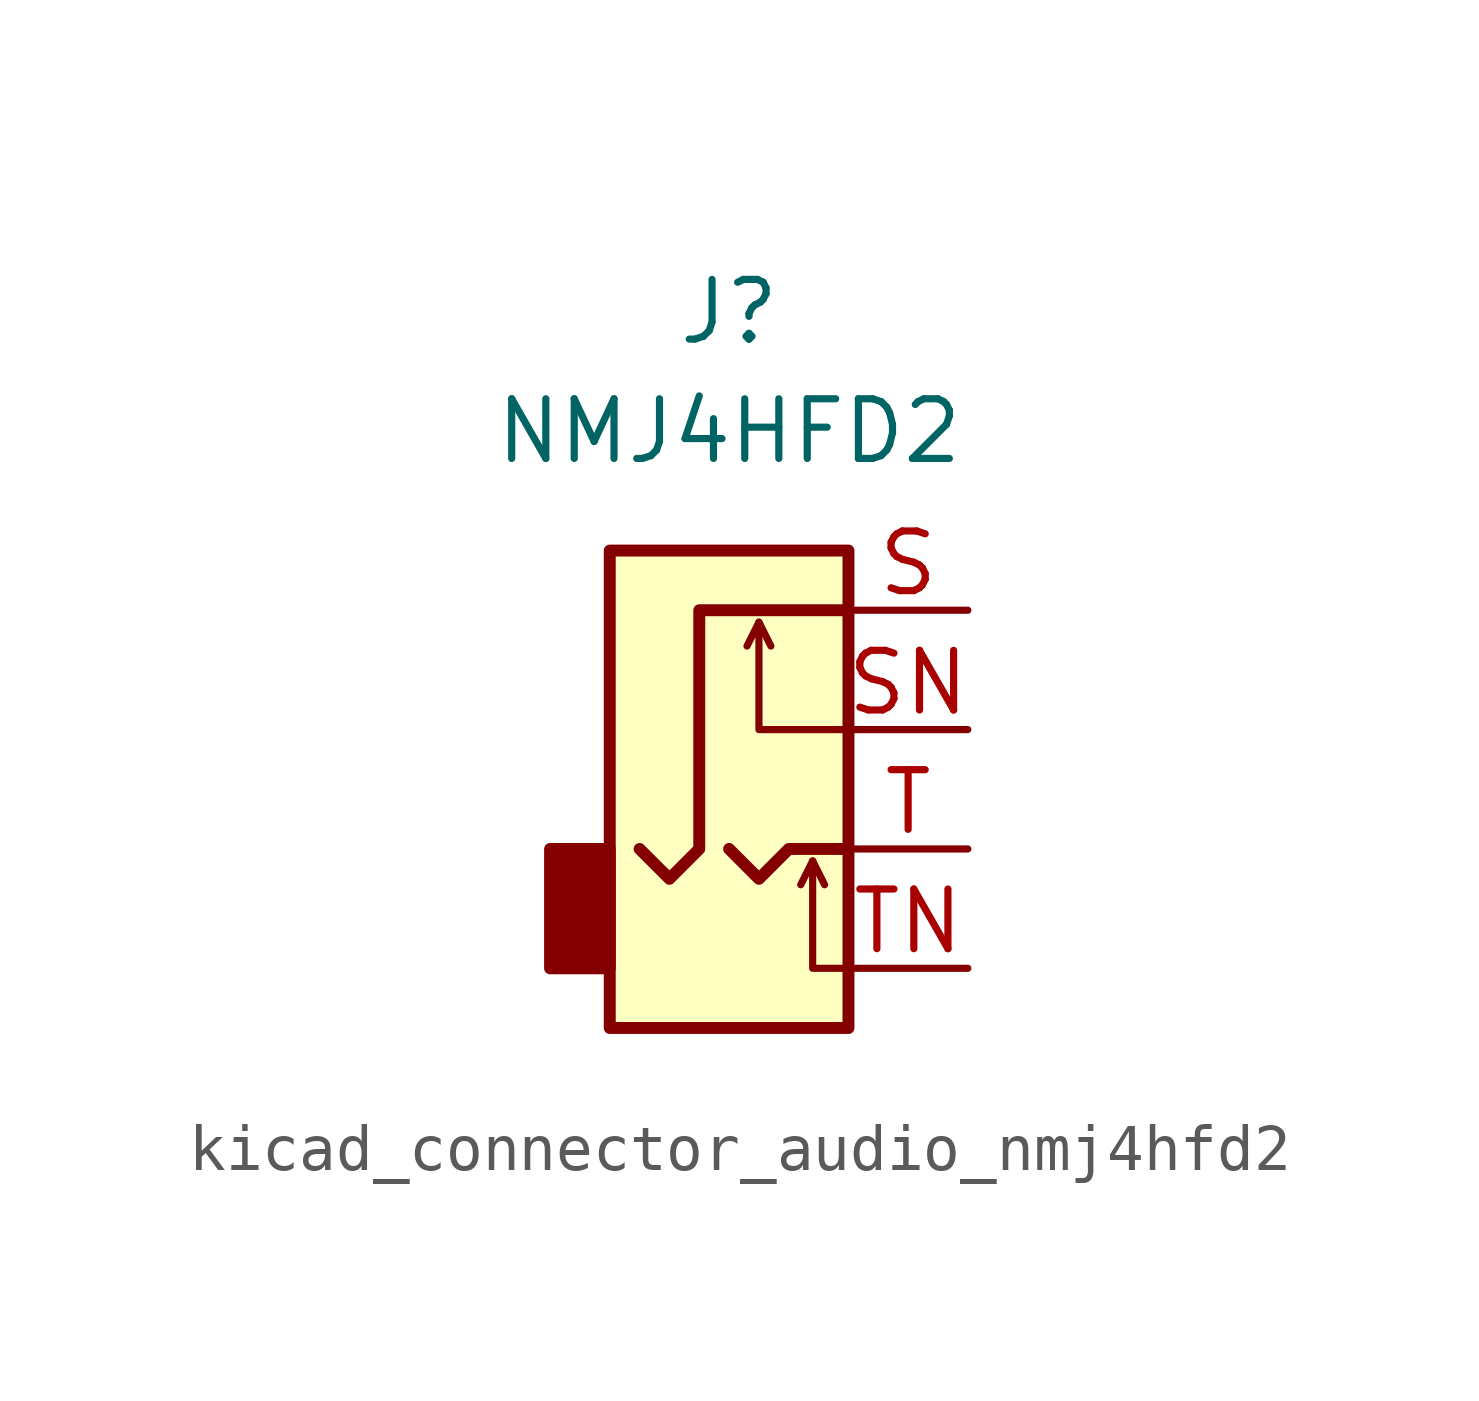
<source format=kicad_sym>
(kicad_symbol_lib
  (version 20220914)
  (generator kicad_symbol_editor)
  (symbol "kicad_connector_audio_nmj4hfd2"
    (property "Reference" "J"
      (at 0 11.43 0)
      (effects (font (size 1.27 1.27))))
    (property "Value" "NMJ4HFD2"
      (at 0 8.89 0)
      (effects (font (size 1.27 1.27))))
    (symbol "kicad_connector_audio_nmj4hfd2_0_1"
      (rectangle (start -2.54 0) (end -3.81 -2.54) (stroke (width 0.254) (type default)) (fill (type outline)))
      (rectangle (start 2.54 6.35) (end -2.54 -3.81) (stroke (width 0.254) (type default)) (fill (type background))))
    (symbol "kicad_connector_audio_nmj4hfd2_1_1"
      (polyline (pts (xy 0.635 4.826) (xy 0.889 4.318)) (stroke (width 0) (type default)) (fill (type none)))
      (polyline (pts (xy 1.778 -0.254) (xy 2.032 -0.762)) (stroke (width 0) (type default)) (fill (type none)))
      (polyline (pts (xy 0 0) (xy 0.635 -0.635) (xy 1.27 0) (xy 2.54 0)) (stroke (width 0.254) (type default)) (fill (type none)))
      (polyline (pts (xy 2.54 -2.54) (xy 1.778 -2.54) (xy 1.778 -0.254) (xy 1.524 -0.762)) (stroke (width 0) (type default)) (fill (type none)))
      (polyline (pts (xy 2.54 2.54) (xy 0.635 2.54) (xy 0.635 4.826) (xy 0.381 4.318)) (stroke (width 0) (type default)) (fill (type none)))
      (polyline (pts (xy 2.54 5.08) (xy -0.635 5.08) (xy -0.635 0) (xy -1.27 -0.635) (xy -1.905 0)) (stroke (width 0.254) (type default)) (fill (type none)))
      (pin passive line (at 5.08 5.08 180) (length 2.54) (name "~" (effects (font (size 1.27 1.27)))) (number "S" (effects (font (size 1.27 1.27)))))
      (pin passive line (at 5.08 2.54 180) (length 2.54) (name "~" (effects (font (size 1.27 1.27)))) (number "SN" (effects (font (size 1.27 1.27)))))
      (pin passive line (at 5.08 0 180) (length 2.54) (name "~" (effects (font (size 1.27 1.27)))) (number "T" (effects (font (size 1.27 1.27)))))
      (pin passive line (at 5.08 -2.54 180) (length 2.54) (name "~" (effects (font (size 1.27 1.27)))) (number "TN" (effects (font (size 1.27 1.27))))))))
</source>
